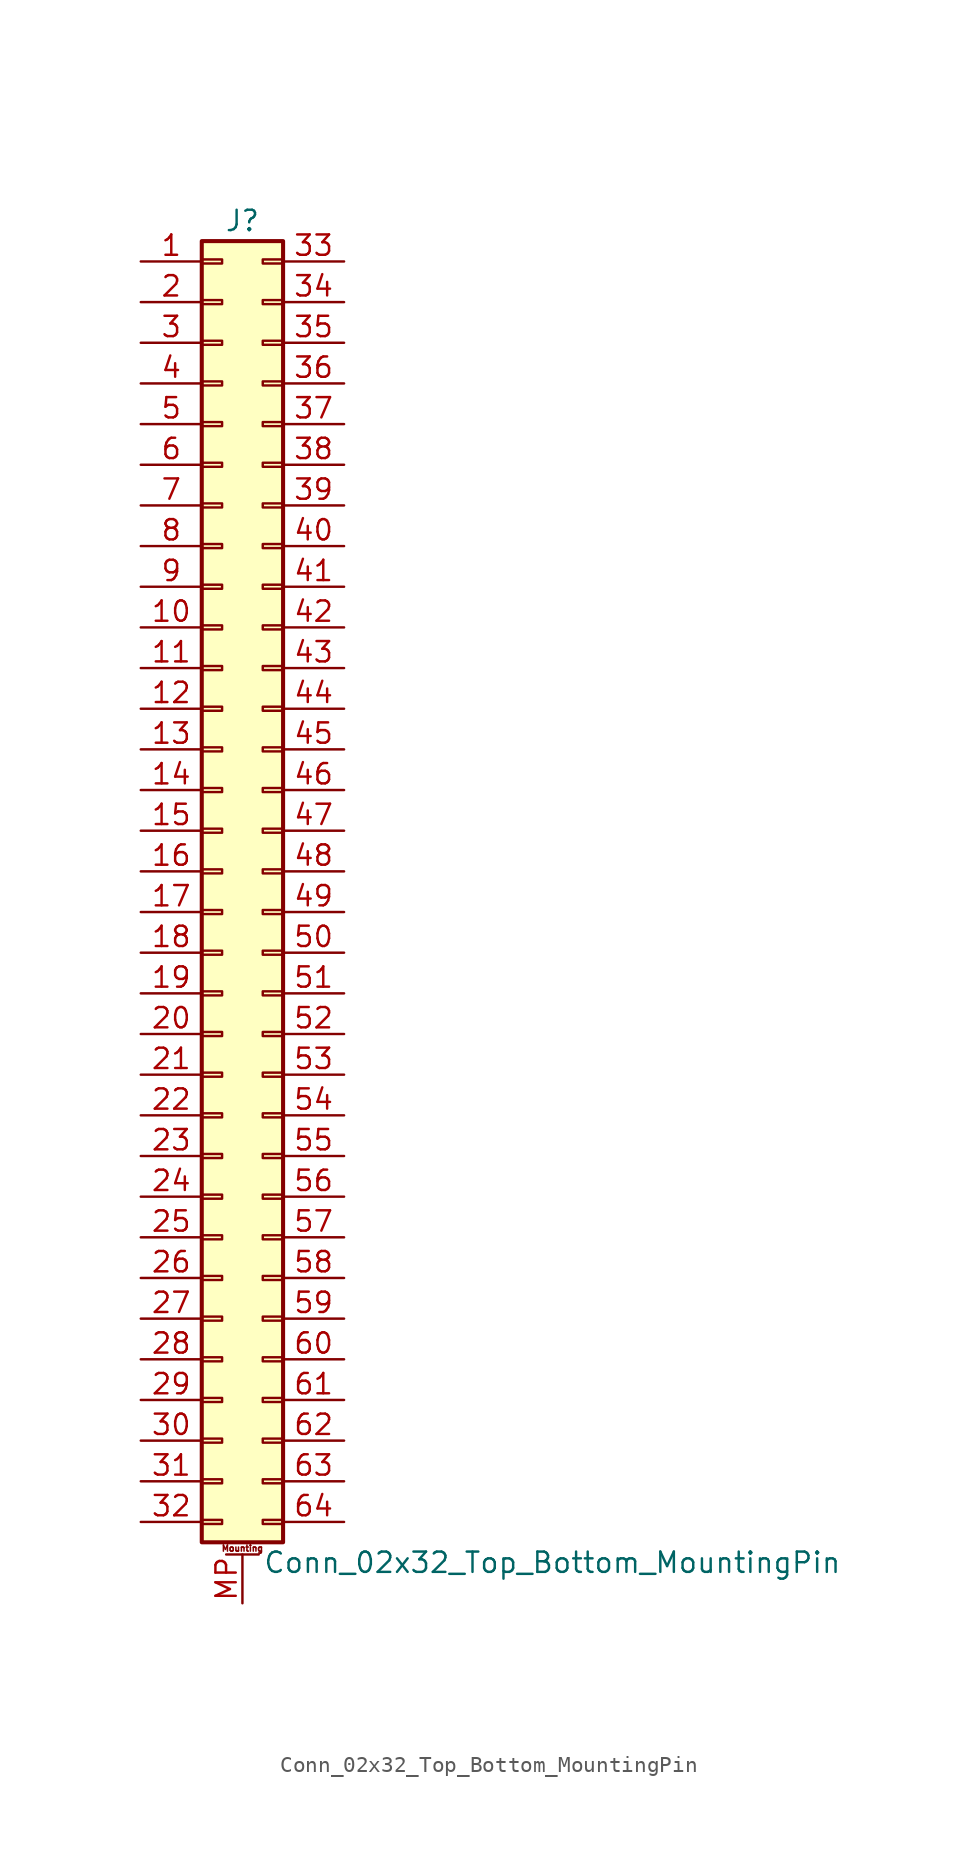
<source format=kicad_sym>
(kicad_symbol_lib
  (version 20201005)
  (generator kicad_symbol_editor)
  (symbol "Conn_02x32_Top_Bottom_MountingPin"
    (pin_names
      (offset 1.016) hide)
    (property "Reference" "J"
      (at 1.27 40.64 0)
      (effects (font (size 1.27 1.27))))
    (property "Value" "Conn_02x32_Top_Bottom_MountingPin"
      (at 2.54 -43.18 0)
      (effects (font (size 1.27 1.27)) (justify left)))
    (symbol "Conn_02x32_Top_Bottom_MountingPin_1_1"
      (text "Mounting" (at 1.27 -42.291 0) (effects (font (size 0.381 0.381))))
      (rectangle (start -1.27 -40.513) (end 0 -40.767) (stroke (width 0.152)) (fill (type none)))
      (rectangle (start -1.27 -37.973) (end 0 -38.227) (stroke (width 0.152)) (fill (type none)))
      (rectangle (start -1.27 -35.433) (end 0 -35.687) (stroke (width 0.152)) (fill (type none)))
      (rectangle (start -1.27 -32.893) (end 0 -33.147) (stroke (width 0.152)) (fill (type none)))
      (rectangle (start -1.27 -30.353) (end 0 -30.607) (stroke (width 0.152)) (fill (type none)))
      (rectangle (start -1.27 -27.813) (end 0 -28.067) (stroke (width 0.152)) (fill (type none)))
      (rectangle (start -1.27 -25.273) (end 0 -25.527) (stroke (width 0.152)) (fill (type none)))
      (rectangle (start -1.27 -22.733) (end 0 -22.987) (stroke (width 0.152)) (fill (type none)))
      (rectangle (start -1.27 -20.193) (end 0 -20.447) (stroke (width 0.152)) (fill (type none)))
      (rectangle (start -1.27 -17.653) (end 0 -17.907) (stroke (width 0.152)) (fill (type none)))
      (rectangle (start -1.27 -15.113) (end 0 -15.367) (stroke (width 0.152)) (fill (type none)))
      (rectangle (start -1.27 -12.573) (end 0 -12.827) (stroke (width 0.152)) (fill (type none)))
      (rectangle (start -1.27 -10.033) (end 0 -10.287) (stroke (width 0.152)) (fill (type none)))
      (rectangle (start -1.27 -7.493) (end 0 -7.747) (stroke (width 0.152)) (fill (type none)))
      (rectangle (start -1.27 -4.953) (end 0 -5.207) (stroke (width 0.152)) (fill (type none)))
      (rectangle (start -1.27 -2.413) (end 0 -2.667) (stroke (width 0.152)) (fill (type none)))
      (rectangle (start -1.27 0.127) (end 0 -0.127) (stroke (width 0.152)) (fill (type none)))
      (rectangle (start -1.27 2.667) (end 0 2.413) (stroke (width 0.152)) (fill (type none)))
      (rectangle (start -1.27 5.207) (end 0 4.953) (stroke (width 0.152)) (fill (type none)))
      (rectangle (start -1.27 7.747) (end 0 7.493) (stroke (width 0.152)) (fill (type none)))
      (rectangle (start -1.27 10.287) (end 0 10.033) (stroke (width 0.152)) (fill (type none)))
      (rectangle (start -1.27 12.827) (end 0 12.573) (stroke (width 0.152)) (fill (type none)))
      (rectangle (start -1.27 15.367) (end 0 15.113) (stroke (width 0.152)) (fill (type none)))
      (rectangle (start -1.27 17.907) (end 0 17.653) (stroke (width 0.152)) (fill (type none)))
      (rectangle (start -1.27 20.447) (end 0 20.193) (stroke (width 0.152)) (fill (type none)))
      (rectangle (start -1.27 22.987) (end 0 22.733) (stroke (width 0.152)) (fill (type none)))
      (rectangle (start -1.27 25.527) (end 0 25.273) (stroke (width 0.152)) (fill (type none)))
      (rectangle (start -1.27 28.067) (end 0 27.813) (stroke (width 0.152)) (fill (type none)))
      (rectangle (start -1.27 30.607) (end 0 30.353) (stroke (width 0.152)) (fill (type none)))
      (rectangle (start -1.27 33.147) (end 0 32.893) (stroke (width 0.152)) (fill (type none)))
      (rectangle (start -1.27 35.687) (end 0 35.433) (stroke (width 0.152)) (fill (type none)))
      (rectangle (start -1.27 38.227) (end 0 37.973) (stroke (width 0.152)) (fill (type none)))
      (rectangle (start 3.81 -40.513) (end 2.54 -40.767) (stroke (width 0.152)) (fill (type none)))
      (rectangle (start 3.81 -37.973) (end 2.54 -38.227) (stroke (width 0.152)) (fill (type none)))
      (rectangle (start 3.81 -35.433) (end 2.54 -35.687) (stroke (width 0.152)) (fill (type none)))
      (rectangle (start 3.81 -32.893) (end 2.54 -33.147) (stroke (width 0.152)) (fill (type none)))
      (rectangle (start 3.81 -30.353) (end 2.54 -30.607) (stroke (width 0.152)) (fill (type none)))
      (rectangle (start 3.81 -27.813) (end 2.54 -28.067) (stroke (width 0.152)) (fill (type none)))
      (rectangle (start 3.81 -25.273) (end 2.54 -25.527) (stroke (width 0.152)) (fill (type none)))
      (rectangle (start 3.81 -22.733) (end 2.54 -22.987) (stroke (width 0.152)) (fill (type none)))
      (rectangle (start 3.81 -20.193) (end 2.54 -20.447) (stroke (width 0.152)) (fill (type none)))
      (rectangle (start 3.81 -17.653) (end 2.54 -17.907) (stroke (width 0.152)) (fill (type none)))
      (rectangle (start 3.81 -15.113) (end 2.54 -15.367) (stroke (width 0.152)) (fill (type none)))
      (rectangle (start 3.81 -12.573) (end 2.54 -12.827) (stroke (width 0.152)) (fill (type none)))
      (rectangle (start 3.81 -10.033) (end 2.54 -10.287) (stroke (width 0.152)) (fill (type none)))
      (rectangle (start 3.81 -7.493) (end 2.54 -7.747) (stroke (width 0.152)) (fill (type none)))
      (rectangle (start 3.81 -4.953) (end 2.54 -5.207) (stroke (width 0.152)) (fill (type none)))
      (rectangle (start 3.81 -2.413) (end 2.54 -2.667) (stroke (width 0.152)) (fill (type none)))
      (rectangle (start 3.81 0.127) (end 2.54 -0.127) (stroke (width 0.152)) (fill (type none)))
      (rectangle (start 3.81 2.667) (end 2.54 2.413) (stroke (width 0.152)) (fill (type none)))
      (rectangle (start 3.81 5.207) (end 2.54 4.953) (stroke (width 0.152)) (fill (type none)))
      (rectangle (start 3.81 7.747) (end 2.54 7.493) (stroke (width 0.152)) (fill (type none)))
      (rectangle (start 3.81 10.287) (end 2.54 10.033) (stroke (width 0.152)) (fill (type none)))
      (rectangle (start 3.81 12.827) (end 2.54 12.573) (stroke (width 0.152)) (fill (type none)))
      (rectangle (start 3.81 15.367) (end 2.54 15.113) (stroke (width 0.152)) (fill (type none)))
      (rectangle (start 3.81 17.907) (end 2.54 17.653) (stroke (width 0.152)) (fill (type none)))
      (rectangle (start 3.81 20.447) (end 2.54 20.193) (stroke (width 0.152)) (fill (type none)))
      (rectangle (start 3.81 22.987) (end 2.54 22.733) (stroke (width 0.152)) (fill (type none)))
      (rectangle (start 3.81 25.527) (end 2.54 25.273) (stroke (width 0.152)) (fill (type none)))
      (rectangle (start 3.81 28.067) (end 2.54 27.813) (stroke (width 0.152)) (fill (type none)))
      (rectangle (start 3.81 30.607) (end 2.54 30.353) (stroke (width 0.152)) (fill (type none)))
      (rectangle (start 3.81 33.147) (end 2.54 32.893) (stroke (width 0.152)) (fill (type none)))
      (rectangle (start 3.81 35.687) (end 2.54 35.433) (stroke (width 0.152)) (fill (type none)))
      (rectangle (start 3.81 38.227) (end 2.54 37.973) (stroke (width 0.152)) (fill (type none)))
      (rectangle (start -1.27 39.37) (end 3.81 -41.91) (stroke (width 0.254)) (fill (type background)))
      (polyline (pts (xy 0.254 -42.672) (xy 2.286 -42.672)) (stroke (width 0.152)) (fill (type none)))
      (pin passive line (at -5.08 38.1 0) (length 3.81) (name "Pin_1" (effects (font (size 1.27 1.27)))) (number "1" (effects (font (size 1.27 1.27)))))
      (pin passive line (at -5.08 15.24 0) (length 3.81) (name "Pin_10" (effects (font (size 1.27 1.27)))) (number "10" (effects (font (size 1.27 1.27)))))
      (pin passive line (at -5.08 12.7 0) (length 3.81) (name "Pin_11" (effects (font (size 1.27 1.27)))) (number "11" (effects (font (size 1.27 1.27)))))
      (pin passive line (at -5.08 10.16 0) (length 3.81) (name "Pin_12" (effects (font (size 1.27 1.27)))) (number "12" (effects (font (size 1.27 1.27)))))
      (pin passive line (at -5.08 7.62 0) (length 3.81) (name "Pin_13" (effects (font (size 1.27 1.27)))) (number "13" (effects (font (size 1.27 1.27)))))
      (pin passive line (at -5.08 5.08 0) (length 3.81) (name "Pin_14" (effects (font (size 1.27 1.27)))) (number "14" (effects (font (size 1.27 1.27)))))
      (pin passive line (at -5.08 2.54 0) (length 3.81) (name "Pin_15" (effects (font (size 1.27 1.27)))) (number "15" (effects (font (size 1.27 1.27)))))
      (pin passive line (at -5.08 0 0) (length 3.81) (name "Pin_16" (effects (font (size 1.27 1.27)))) (number "16" (effects (font (size 1.27 1.27)))))
      (pin passive line (at -5.08 -2.54 0) (length 3.81) (name "Pin_17" (effects (font (size 1.27 1.27)))) (number "17" (effects (font (size 1.27 1.27)))))
      (pin passive line (at -5.08 -5.08 0) (length 3.81) (name "Pin_18" (effects (font (size 1.27 1.27)))) (number "18" (effects (font (size 1.27 1.27)))))
      (pin passive line (at -5.08 -7.62 0) (length 3.81) (name "Pin_19" (effects (font (size 1.27 1.27)))) (number "19" (effects (font (size 1.27 1.27)))))
      (pin passive line (at -5.08 35.56 0) (length 3.81) (name "Pin_2" (effects (font (size 1.27 1.27)))) (number "2" (effects (font (size 1.27 1.27)))))
      (pin passive line (at -5.08 -10.16 0) (length 3.81) (name "Pin_20" (effects (font (size 1.27 1.27)))) (number "20" (effects (font (size 1.27 1.27)))))
      (pin passive line (at -5.08 -12.7 0) (length 3.81) (name "Pin_21" (effects (font (size 1.27 1.27)))) (number "21" (effects (font (size 1.27 1.27)))))
      (pin passive line (at -5.08 -15.24 0) (length 3.81) (name "Pin_22" (effects (font (size 1.27 1.27)))) (number "22" (effects (font (size 1.27 1.27)))))
      (pin passive line (at -5.08 -17.78 0) (length 3.81) (name "Pin_23" (effects (font (size 1.27 1.27)))) (number "23" (effects (font (size 1.27 1.27)))))
      (pin passive line (at -5.08 -20.32 0) (length 3.81) (name "Pin_24" (effects (font (size 1.27 1.27)))) (number "24" (effects (font (size 1.27 1.27)))))
      (pin passive line (at -5.08 -22.86 0) (length 3.81) (name "Pin_25" (effects (font (size 1.27 1.27)))) (number "25" (effects (font (size 1.27 1.27)))))
      (pin passive line (at -5.08 -25.4 0) (length 3.81) (name "Pin_26" (effects (font (size 1.27 1.27)))) (number "26" (effects (font (size 1.27 1.27)))))
      (pin passive line (at -5.08 -27.94 0) (length 3.81) (name "Pin_27" (effects (font (size 1.27 1.27)))) (number "27" (effects (font (size 1.27 1.27)))))
      (pin passive line (at -5.08 -30.48 0) (length 3.81) (name "Pin_28" (effects (font (size 1.27 1.27)))) (number "28" (effects (font (size 1.27 1.27)))))
      (pin passive line (at -5.08 -33.02 0) (length 3.81) (name "Pin_29" (effects (font (size 1.27 1.27)))) (number "29" (effects (font (size 1.27 1.27)))))
      (pin passive line (at -5.08 33.02 0) (length 3.81) (name "Pin_3" (effects (font (size 1.27 1.27)))) (number "3" (effects (font (size 1.27 1.27)))))
      (pin passive line (at -5.08 -35.56 0) (length 3.81) (name "Pin_30" (effects (font (size 1.27 1.27)))) (number "30" (effects (font (size 1.27 1.27)))))
      (pin passive line (at -5.08 -38.1 0) (length 3.81) (name "Pin_31" (effects (font (size 1.27 1.27)))) (number "31" (effects (font (size 1.27 1.27)))))
      (pin passive line (at -5.08 -40.64 0) (length 3.81) (name "Pin_32" (effects (font (size 1.27 1.27)))) (number "32" (effects (font (size 1.27 1.27)))))
      (pin passive line (at 7.62 38.1 180) (length 3.81) (name "Pin_33" (effects (font (size 1.27 1.27)))) (number "33" (effects (font (size 1.27 1.27)))))
      (pin passive line (at 7.62 35.56 180) (length 3.81) (name "Pin_34" (effects (font (size 1.27 1.27)))) (number "34" (effects (font (size 1.27 1.27)))))
      (pin passive line (at 7.62 33.02 180) (length 3.81) (name "Pin_35" (effects (font (size 1.27 1.27)))) (number "35" (effects (font (size 1.27 1.27)))))
      (pin passive line (at 7.62 30.48 180) (length 3.81) (name "Pin_36" (effects (font (size 1.27 1.27)))) (number "36" (effects (font (size 1.27 1.27)))))
      (pin passive line (at 7.62 27.94 180) (length 3.81) (name "Pin_37" (effects (font (size 1.27 1.27)))) (number "37" (effects (font (size 1.27 1.27)))))
      (pin passive line (at 7.62 25.4 180) (length 3.81) (name "Pin_38" (effects (font (size 1.27 1.27)))) (number "38" (effects (font (size 1.27 1.27)))))
      (pin passive line (at 7.62 22.86 180) (length 3.81) (name "Pin_39" (effects (font (size 1.27 1.27)))) (number "39" (effects (font (size 1.27 1.27)))))
      (pin passive line (at -5.08 30.48 0) (length 3.81) (name "Pin_4" (effects (font (size 1.27 1.27)))) (number "4" (effects (font (size 1.27 1.27)))))
      (pin passive line (at 7.62 20.32 180) (length 3.81) (name "Pin_40" (effects (font (size 1.27 1.27)))) (number "40" (effects (font (size 1.27 1.27)))))
      (pin passive line (at 7.62 17.78 180) (length 3.81) (name "Pin_41" (effects (font (size 1.27 1.27)))) (number "41" (effects (font (size 1.27 1.27)))))
      (pin passive line (at 7.62 15.24 180) (length 3.81) (name "Pin_42" (effects (font (size 1.27 1.27)))) (number "42" (effects (font (size 1.27 1.27)))))
      (pin passive line (at 7.62 12.7 180) (length 3.81) (name "Pin_43" (effects (font (size 1.27 1.27)))) (number "43" (effects (font (size 1.27 1.27)))))
      (pin passive line (at 7.62 10.16 180) (length 3.81) (name "Pin_44" (effects (font (size 1.27 1.27)))) (number "44" (effects (font (size 1.27 1.27)))))
      (pin passive line (at 7.62 7.62 180) (length 3.81) (name "Pin_45" (effects (font (size 1.27 1.27)))) (number "45" (effects (font (size 1.27 1.27)))))
      (pin passive line (at 7.62 5.08 180) (length 3.81) (name "Pin_46" (effects (font (size 1.27 1.27)))) (number "46" (effects (font (size 1.27 1.27)))))
      (pin passive line (at 7.62 2.54 180) (length 3.81) (name "Pin_47" (effects (font (size 1.27 1.27)))) (number "47" (effects (font (size 1.27 1.27)))))
      (pin passive line (at 7.62 0 180) (length 3.81) (name "Pin_48" (effects (font (size 1.27 1.27)))) (number "48" (effects (font (size 1.27 1.27)))))
      (pin passive line (at 7.62 -2.54 180) (length 3.81) (name "Pin_49" (effects (font (size 1.27 1.27)))) (number "49" (effects (font (size 1.27 1.27)))))
      (pin passive line (at -5.08 27.94 0) (length 3.81) (name "Pin_5" (effects (font (size 1.27 1.27)))) (number "5" (effects (font (size 1.27 1.27)))))
      (pin passive line (at 7.62 -5.08 180) (length 3.81) (name "Pin_50" (effects (font (size 1.27 1.27)))) (number "50" (effects (font (size 1.27 1.27)))))
      (pin passive line (at 7.62 -7.62 180) (length 3.81) (name "Pin_51" (effects (font (size 1.27 1.27)))) (number "51" (effects (font (size 1.27 1.27)))))
      (pin passive line (at 7.62 -10.16 180) (length 3.81) (name "Pin_52" (effects (font (size 1.27 1.27)))) (number "52" (effects (font (size 1.27 1.27)))))
      (pin passive line (at 7.62 -12.7 180) (length 3.81) (name "Pin_53" (effects (font (size 1.27 1.27)))) (number "53" (effects (font (size 1.27 1.27)))))
      (pin passive line (at 7.62 -15.24 180) (length 3.81) (name "Pin_54" (effects (font (size 1.27 1.27)))) (number "54" (effects (font (size 1.27 1.27)))))
      (pin passive line (at 7.62 -17.78 180) (length 3.81) (name "Pin_55" (effects (font (size 1.27 1.27)))) (number "55" (effects (font (size 1.27 1.27)))))
      (pin passive line (at 7.62 -20.32 180) (length 3.81) (name "Pin_56" (effects (font (size 1.27 1.27)))) (number "56" (effects (font (size 1.27 1.27)))))
      (pin passive line (at 7.62 -22.86 180) (length 3.81) (name "Pin_57" (effects (font (size 1.27 1.27)))) (number "57" (effects (font (size 1.27 1.27)))))
      (pin passive line (at 7.62 -25.4 180) (length 3.81) (name "Pin_58" (effects (font (size 1.27 1.27)))) (number "58" (effects (font (size 1.27 1.27)))))
      (pin passive line (at 7.62 -27.94 180) (length 3.81) (name "Pin_59" (effects (font (size 1.27 1.27)))) (number "59" (effects (font (size 1.27 1.27)))))
      (pin passive line (at -5.08 25.4 0) (length 3.81) (name "Pin_6" (effects (font (size 1.27 1.27)))) (number "6" (effects (font (size 1.27 1.27)))))
      (pin passive line (at 7.62 -30.48 180) (length 3.81) (name "Pin_60" (effects (font (size 1.27 1.27)))) (number "60" (effects (font (size 1.27 1.27)))))
      (pin passive line (at 7.62 -33.02 180) (length 3.81) (name "Pin_61" (effects (font (size 1.27 1.27)))) (number "61" (effects (font (size 1.27 1.27)))))
      (pin passive line (at 7.62 -35.56 180) (length 3.81) (name "Pin_62" (effects (font (size 1.27 1.27)))) (number "62" (effects (font (size 1.27 1.27)))))
      (pin passive line (at 7.62 -38.1 180) (length 3.81) (name "Pin_63" (effects (font (size 1.27 1.27)))) (number "63" (effects (font (size 1.27 1.27)))))
      (pin passive line (at 7.62 -40.64 180) (length 3.81) (name "Pin_64" (effects (font (size 1.27 1.27)))) (number "64" (effects (font (size 1.27 1.27)))))
      (pin passive line (at -5.08 22.86 0) (length 3.81) (name "Pin_7" (effects (font (size 1.27 1.27)))) (number "7" (effects (font (size 1.27 1.27)))))
      (pin passive line (at -5.08 20.32 0) (length 3.81) (name "Pin_8" (effects (font (size 1.27 1.27)))) (number "8" (effects (font (size 1.27 1.27)))))
      (pin passive line (at -5.08 17.78 0) (length 3.81) (name "Pin_9" (effects (font (size 1.27 1.27)))) (number "9" (effects (font (size 1.27 1.27)))))
      (pin passive line (at 1.27 -45.72 90) (length 3.048) (name "MountPin" (effects (font (size 1.27 1.27)))) (number "MP" (effects (font (size 1.27 1.27))))))))
</source>
